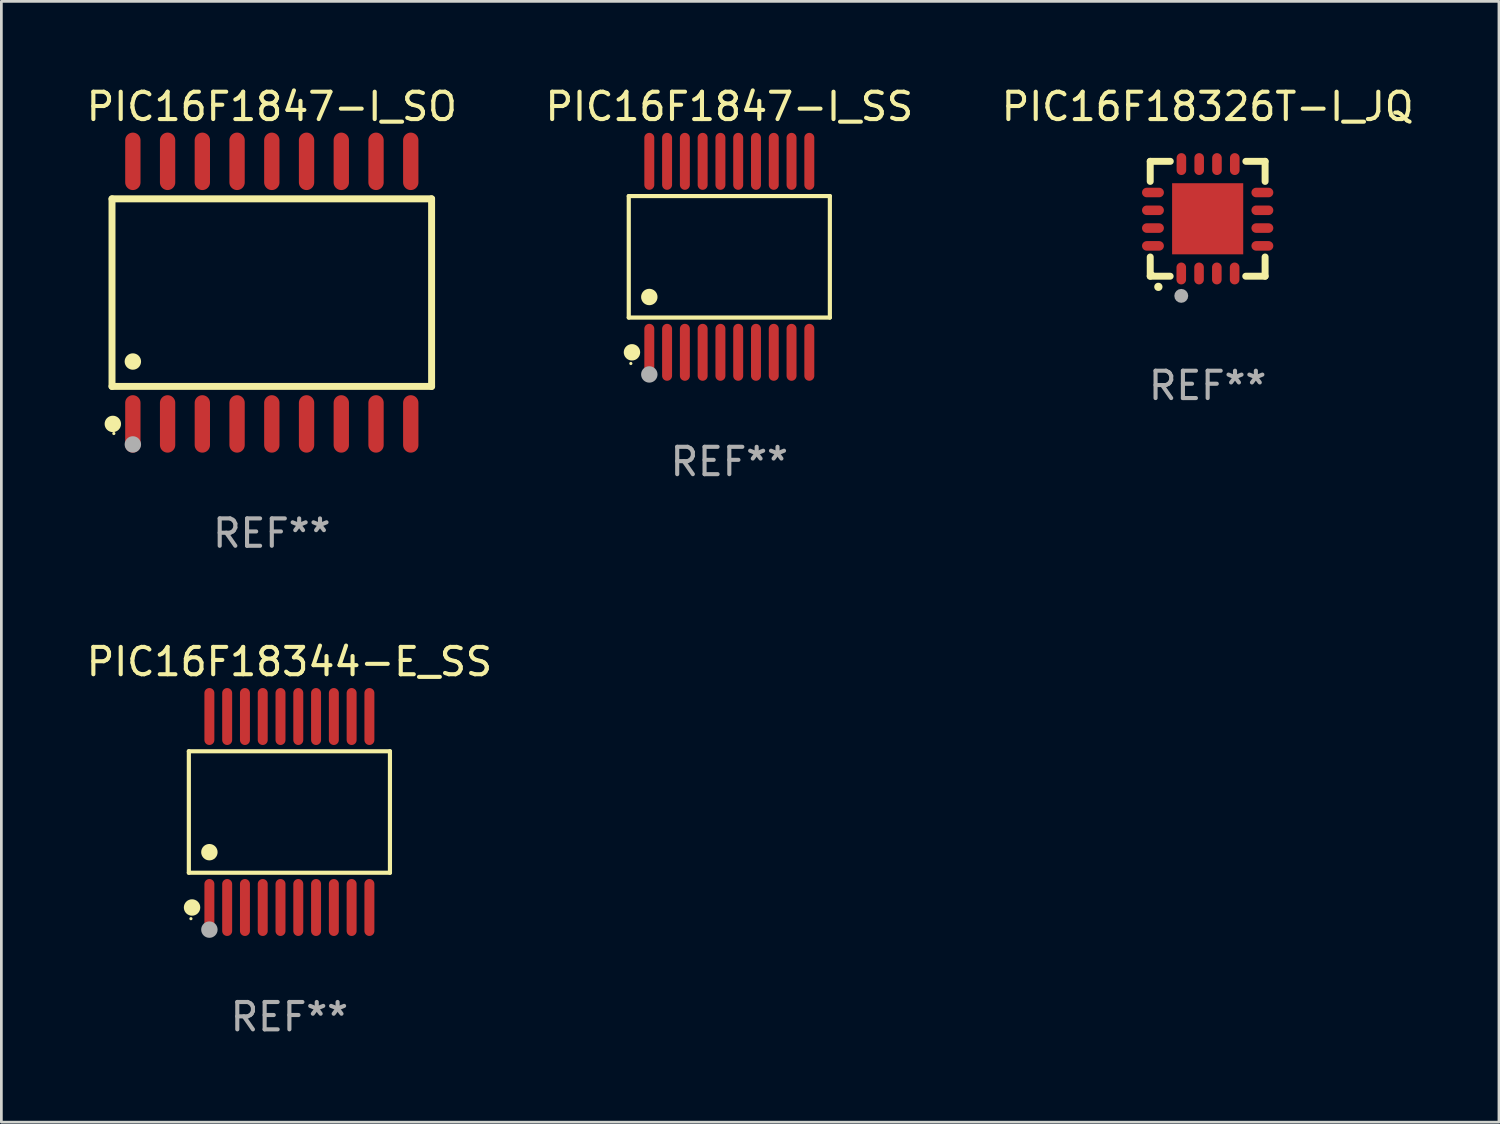
<source format=kicad_pcb>
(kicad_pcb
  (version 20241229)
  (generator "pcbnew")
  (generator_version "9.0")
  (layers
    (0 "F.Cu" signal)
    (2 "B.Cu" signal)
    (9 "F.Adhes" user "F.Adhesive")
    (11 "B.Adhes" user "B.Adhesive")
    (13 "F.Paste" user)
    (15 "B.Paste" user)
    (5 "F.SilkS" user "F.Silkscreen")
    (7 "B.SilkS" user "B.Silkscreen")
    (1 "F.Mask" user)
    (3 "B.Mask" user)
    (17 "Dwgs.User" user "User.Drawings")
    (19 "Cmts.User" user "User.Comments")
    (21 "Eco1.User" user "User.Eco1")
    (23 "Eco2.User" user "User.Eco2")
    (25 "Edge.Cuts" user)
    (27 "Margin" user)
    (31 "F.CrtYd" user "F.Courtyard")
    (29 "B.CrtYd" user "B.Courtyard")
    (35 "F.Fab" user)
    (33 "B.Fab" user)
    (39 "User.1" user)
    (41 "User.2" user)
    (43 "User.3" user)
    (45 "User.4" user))
  (footprint "PIC16F1847-I_SO"
    (layer "F.Cu")
    (at 6.887 7.648)
    (property "Reference" "PIC16F1847-I_SO" (at 0 -6.8 0) (layer "F.SilkS") (effects (font (size 1 1) (thickness 0.15))))
    (attr through_hole)
    (fp_line (start -5.842 -3.429) (end -5.842 3.429) (stroke (width 0.254) (type solid)) (layer "F.SilkS"))
    (fp_line (start -5.842 3.429) (end 5.842 3.429) (stroke (width 0.254) (type solid)) (layer "F.SilkS"))
    (fp_line (start 5.842 -3.429) (end -5.842 -3.429) (stroke (width 0.254) (type solid)) (layer "F.SilkS"))
    (fp_line (start 5.842 3.429) (end 5.842 -3.429) (stroke (width 0.254) (type solid)) (layer "F.SilkS"))
    (fp_circle (center -5.812 4.8) (end -5.662 4.8) (stroke (width 0.3) (type solid)) (fill no) (layer "F.SilkS"))
    (fp_circle (center -5.775 5.15) (end -5.745 5.15) (stroke (width 0.06) (type solid)) (fill no) (layer "F.SilkS"))
    (fp_circle (center -5.08 2.519) (end -4.93 2.519) (stroke (width 0.3) (type solid)) (fill no) (layer "F.SilkS"))
    (fp_circle (center -5.08 5.55) (end -4.93 5.55) (stroke (width 0.3) (type solid)) (fill no) (layer "F.Fab"))
    (fp_text user "REF**" (at 0 8.8 0) (layer "F.Fab") (effects (font (size 1 1) (thickness 0.15))))
    (pad "1" smd oval (at -5.08 4.8) (size 0.56 2.1) (layers "F.Cu" "F.Mask" "F.Paste"))
    (pad "2" smd oval (at -3.81 4.8) (size 0.56 2.1) (layers "F.Cu" "F.Mask" "F.Paste"))
    (pad "3" smd oval (at -2.54 4.8) (size 0.56 2.1) (layers "F.Cu" "F.Mask" "F.Paste"))
    (pad "4" smd oval (at -1.27 4.8) (size 0.56 2.1) (layers "F.Cu" "F.Mask" "F.Paste"))
    (pad "5" smd oval (at 0 4.8) (size 0.56 2.1) (layers "F.Cu" "F.Mask" "F.Paste"))
    (pad "6" smd oval (at 1.27 4.8) (size 0.56 2.1) (layers "F.Cu" "F.Mask" "F.Paste"))
    (pad "7" smd oval (at 2.54 4.8) (size 0.56 2.1) (layers "F.Cu" "F.Mask" "F.Paste"))
    (pad "8" smd oval (at 3.81 4.8) (size 0.56 2.1) (layers "F.Cu" "F.Mask" "F.Paste"))
    (pad "9" smd oval (at 5.08 4.8) (size 0.56 2.1) (layers "F.Cu" "F.Mask" "F.Paste"))
    (pad "10" smd oval (at 5.08 -4.8) (size 0.56 2.1) (layers "F.Cu" "F.Mask" "F.Paste"))
    (pad "11" smd oval (at 3.81 -4.8) (size 0.56 2.1) (layers "F.Cu" "F.Mask" "F.Paste"))
    (pad "12" smd oval (at 2.54 -4.8) (size 0.56 2.1) (layers "F.Cu" "F.Mask" "F.Paste"))
    (pad "13" smd oval (at 1.27 -4.8) (size 0.56 2.1) (layers "F.Cu" "F.Mask" "F.Paste"))
    (pad "14" smd oval (at 0 -4.8) (size 0.56 2.1) (layers "F.Cu" "F.Mask" "F.Paste"))
    (pad "15" smd oval (at -1.27 -4.8) (size 0.56 2.1) (layers "F.Cu" "F.Mask" "F.Paste"))
    (pad "16" smd oval (at -2.54 -4.8) (size 0.56 2.1) (layers "F.Cu" "F.Mask" "F.Paste"))
    (pad "17" smd oval (at -3.81 -4.8) (size 0.56 2.1) (layers "F.Cu" "F.Mask" "F.Paste"))
    (pad "18" smd oval (at -5.08 -4.8) (size 0.56 2.1) (layers "F.Cu" "F.Mask" "F.Paste")))
  (footprint "PIC16F18326T-I_JQ"
    (layer "F.Cu")
    (at 41.101 4.948)
    (property "Reference" "PIC16F18326T-I_JQ" (at 0 -4.1 0) (layer "F.SilkS") (effects (font (size 1 1) (thickness 0.15))))
    (attr through_hole)
    (fp_line (start -2.1 -2.1) (end -1.366 -2.1) (stroke (width 0.254) (type solid)) (layer "F.SilkS"))
    (fp_line (start -2.1 -1.366) (end -2.1 -2.1) (stroke (width 0.254) (type solid)) (layer "F.SilkS"))
    (fp_line (start -2.1 2.1) (end -2.1 1.397) (stroke (width 0.254) (type solid)) (layer "F.SilkS"))
    (fp_line (start -2.1 2.1) (end -1.371 2.1) (stroke (width 0.254) (type solid)) (layer "F.SilkS"))
    (fp_line (start 1.392 2.1) (end 2.1 2.1) (stroke (width 0.254) (type solid)) (layer "F.SilkS"))
    (fp_line (start 1.397 -2.1) (end 2.1 -2.1) (stroke (width 0.254) (type solid)) (layer "F.SilkS"))
    (fp_line (start 2.1 -1.366) (end 2.1 -2.1) (stroke (width 0.254) (type solid)) (layer "F.SilkS"))
    (fp_line (start 2.1 2.1) (end 2.1 1.397) (stroke (width 0.254) (type solid)) (layer "F.SilkS"))
    (fp_arc (start -1.803404 2.489205) (mid -1.802134 2.4892) (end -1.800864 2.489205) (stroke (width 0.3) (type solid)) (layer "F.SilkS"))
    (fp_circle (center -2 2) (end -1.97 2) (stroke (width 0.06) (type solid)) (fill no) (layer "F.SilkS"))
    (fp_circle (center -0.965 2.819) (end -0.838 2.819) (stroke (width 0.254) (type solid)) (fill no) (layer "F.Fab"))
    (fp_text user "REF**" (at 0 6.1 0) (layer "F.Fab") (effects (font (size 1 1) (thickness 0.15))))
    (pad "1" smd oval (at -0.965 2) (size 0.35 0.8) (layers "F.Cu" "F.Mask" "F.Paste"))
    (pad "2" smd oval (at -0.315 2) (size 0.35 0.8) (layers "F.Cu" "F.Mask" "F.Paste"))
    (pad "3" smd oval (at 0.335 2) (size 0.35 0.8) (layers "F.Cu" "F.Mask" "F.Paste"))
    (pad "4" smd oval (at 0.986 2) (size 0.35 0.8) (layers "F.Cu" "F.Mask" "F.Paste"))
    (pad "5" smd oval (at 2 0.991 90) (size 0.35 0.8) (layers "F.Cu" "F.Mask" "F.Paste"))
    (pad "6" smd oval (at 2 0.34 90) (size 0.35 0.8) (layers "F.Cu" "F.Mask" "F.Paste"))
    (pad "7" smd oval (at 2 -0.31 90) (size 0.35 0.8) (layers "F.Cu" "F.Mask" "F.Paste"))
    (pad "8" smd oval (at 2 -0.96 90) (size 0.35 0.8) (layers "F.Cu" "F.Mask" "F.Paste"))
    (pad "9" smd oval (at 0.991 -2) (size 0.35 0.8) (layers "F.Cu" "F.Mask" "F.Paste"))
    (pad "10" smd oval (at 0.34 -2) (size 0.35 0.8) (layers "F.Cu" "F.Mask" "F.Paste"))
    (pad "11" smd oval (at -0.31 -2) (size 0.35 0.8) (layers "F.Cu" "F.Mask" "F.Paste"))
    (pad "12" smd oval (at -0.96 -2) (size 0.35 0.8) (layers "F.Cu" "F.Mask" "F.Paste"))
    (pad "13" smd oval (at -2 -0.96 90) (size 0.35 0.8) (layers "F.Cu" "F.Mask" "F.Paste"))
    (pad "14" smd oval (at -2 -0.31 90) (size 0.35 0.8) (layers "F.Cu" "F.Mask" "F.Paste"))
    (pad "15" smd oval (at -2 0.34 90) (size 0.35 0.8) (layers "F.Cu" "F.Mask" "F.Paste"))
    (pad "16" smd oval (at -2 0.991 90) (size 0.35 0.8) (layers "F.Cu" "F.Mask" "F.Paste"))
    (pad "17" smd rect (at 0 0 90) (size 2.6 2.6) (layers "F.Cu" "F.Mask" "F.Paste")))
  (footprint "PIC16F1847-I_SS"
    (layer "F.Cu")
    (at 23.613 6.339)
    (property "Reference" "PIC16F1847-I_SS" (at 0 -5.491 0) (layer "F.SilkS") (effects (font (size 1 1) (thickness 0.15))))
    (attr through_hole)
    (fp_line (start -3.676 -2.221) (end 3.676 -2.221) (stroke (width 0.152) (type solid)) (layer "F.SilkS"))
    (fp_line (start -3.676 2.221) (end -3.676 -2.221) (stroke (width 0.152) (type solid)) (layer "F.SilkS"))
    (fp_line (start 3.676 -2.221) (end 3.676 2.221) (stroke (width 0.152) (type solid)) (layer "F.SilkS"))
    (fp_line (start 3.676 2.221) (end -3.676 2.221) (stroke (width 0.152) (type solid)) (layer "F.SilkS"))
    (fp_circle (center -3.6 3.9) (end -3.57 3.9) (stroke (width 0.06) (type solid)) (fill no) (layer "F.SilkS"))
    (fp_circle (center -3.559 3.491) (end -3.409 3.491) (stroke (width 0.3) (type solid)) (fill no) (layer "F.SilkS"))
    (fp_circle (center -2.925 1.469) (end -2.775 1.469) (stroke (width 0.3) (type solid)) (fill no) (layer "F.SilkS"))
    (fp_circle (center -2.925 4.3) (end -2.775 4.3) (stroke (width 0.3) (type solid)) (fill no) (layer "F.Fab"))
    (fp_text user "REF**" (at 0 7.491 0) (layer "F.Fab") (effects (font (size 1 1) (thickness 0.15))))
    (pad "1" smd oval (at -2.925 3.491) (size 0.364 2.082) (layers "F.Cu" "F.Mask" "F.Paste"))
    (pad "2" smd oval (at -2.275 3.491) (size 0.364 2.082) (layers "F.Cu" "F.Mask" "F.Paste"))
    (pad "3" smd oval (at -1.625 3.491) (size 0.364 2.082) (layers "F.Cu" "F.Mask" "F.Paste"))
    (pad "4" smd oval (at -0.975 3.491) (size 0.364 2.082) (layers "F.Cu" "F.Mask" "F.Paste"))
    (pad "5" smd oval (at -0.325 3.491) (size 0.364 2.082) (layers "F.Cu" "F.Mask" "F.Paste"))
    (pad "6" smd oval (at 0.325 3.491) (size 0.364 2.082) (layers "F.Cu" "F.Mask" "F.Paste"))
    (pad "7" smd oval (at 0.975 3.491) (size 0.364 2.082) (layers "F.Cu" "F.Mask" "F.Paste"))
    (pad "8" smd oval (at 1.625 3.491) (size 0.364 2.082) (layers "F.Cu" "F.Mask" "F.Paste"))
    (pad "9" smd oval (at 2.275 3.491) (size 0.364 2.082) (layers "F.Cu" "F.Mask" "F.Paste"))
    (pad "10" smd oval (at 2.925 3.491) (size 0.364 2.082) (layers "F.Cu" "F.Mask" "F.Paste"))
    (pad "11" smd oval (at 2.925 -3.491) (size 0.364 2.082) (layers "F.Cu" "F.Mask" "F.Paste"))
    (pad "12" smd oval (at 2.275 -3.491) (size 0.364 2.082) (layers "F.Cu" "F.Mask" "F.Paste"))
    (pad "13" smd oval (at 1.625 -3.491) (size 0.364 2.082) (layers "F.Cu" "F.Mask" "F.Paste"))
    (pad "14" smd oval (at 0.975 -3.491) (size 0.364 2.082) (layers "F.Cu" "F.Mask" "F.Paste"))
    (pad "15" smd oval (at 0.325 -3.491) (size 0.364 2.082) (layers "F.Cu" "F.Mask" "F.Paste"))
    (pad "16" smd oval (at -0.325 -3.491) (size 0.364 2.082) (layers "F.Cu" "F.Mask" "F.Paste"))
    (pad "17" smd oval (at -0.975 -3.491) (size 0.364 2.082) (layers "F.Cu" "F.Mask" "F.Paste"))
    (pad "18" smd oval (at -1.625 -3.491) (size 0.364 2.082) (layers "F.Cu" "F.Mask" "F.Paste"))
    (pad "19" smd oval (at -2.275 -3.491) (size 0.364 2.082) (layers "F.Cu" "F.Mask" "F.Paste"))
    (pad "20" smd oval (at -2.925 -3.491) (size 0.364 2.082) (layers "F.Cu" "F.Mask" "F.Paste")))
  (footprint "PIC16F18344-E_SS"
    (layer "F.Cu")
    (at 7.53 26.636)
    (property "Reference" "PIC16F18344-E_SS" (at 0 -5.491 0) (layer "F.SilkS") (effects (font (size 1 1) (thickness 0.15))))
    (attr through_hole)
    (fp_line (start -3.676 -2.221) (end 3.676 -2.221) (stroke (width 0.152) (type solid)) (layer "F.SilkS"))
    (fp_line (start -3.676 2.221) (end -3.676 -2.221) (stroke (width 0.152) (type solid)) (layer "F.SilkS"))
    (fp_line (start 3.676 -2.221) (end 3.676 2.221) (stroke (width 0.152) (type solid)) (layer "F.SilkS"))
    (fp_line (start 3.676 2.221) (end -3.676 2.221) (stroke (width 0.152) (type solid)) (layer "F.SilkS"))
    (fp_circle (center -3.6 3.9) (end -3.57 3.9) (stroke (width 0.06) (type solid)) (fill no) (layer "F.SilkS"))
    (fp_circle (center -3.559 3.491) (end -3.409 3.491) (stroke (width 0.3) (type solid)) (fill no) (layer "F.SilkS"))
    (fp_circle (center -2.925 1.469) (end -2.775 1.469) (stroke (width 0.3) (type solid)) (fill no) (layer "F.SilkS"))
    (fp_circle (center -2.925 4.3) (end -2.775 4.3) (stroke (width 0.3) (type solid)) (fill no) (layer "F.Fab"))
    (fp_text user "REF**" (at 0 7.491 0) (layer "F.Fab") (effects (font (size 1 1) (thickness 0.15))))
    (pad "1" smd oval (at -2.925 3.491) (size 0.364 2.082) (layers "F.Cu" "F.Mask" "F.Paste"))
    (pad "2" smd oval (at -2.275 3.491) (size 0.364 2.082) (layers "F.Cu" "F.Mask" "F.Paste"))
    (pad "3" smd oval (at -1.625 3.491) (size 0.364 2.082) (layers "F.Cu" "F.Mask" "F.Paste"))
    (pad "4" smd oval (at -0.975 3.491) (size 0.364 2.082) (layers "F.Cu" "F.Mask" "F.Paste"))
    (pad "5" smd oval (at -0.325 3.491) (size 0.364 2.082) (layers "F.Cu" "F.Mask" "F.Paste"))
    (pad "6" smd oval (at 0.325 3.491) (size 0.364 2.082) (layers "F.Cu" "F.Mask" "F.Paste"))
    (pad "7" smd oval (at 0.975 3.491) (size 0.364 2.082) (layers "F.Cu" "F.Mask" "F.Paste"))
    (pad "8" smd oval (at 1.625 3.491) (size 0.364 2.082) (layers "F.Cu" "F.Mask" "F.Paste"))
    (pad "9" smd oval (at 2.275 3.491) (size 0.364 2.082) (layers "F.Cu" "F.Mask" "F.Paste"))
    (pad "10" smd oval (at 2.925 3.491) (size 0.364 2.082) (layers "F.Cu" "F.Mask" "F.Paste"))
    (pad "11" smd oval (at 2.925 -3.491) (size 0.364 2.082) (layers "F.Cu" "F.Mask" "F.Paste"))
    (pad "12" smd oval (at 2.275 -3.491) (size 0.364 2.082) (layers "F.Cu" "F.Mask" "F.Paste"))
    (pad "13" smd oval (at 1.625 -3.491) (size 0.364 2.082) (layers "F.Cu" "F.Mask" "F.Paste"))
    (pad "14" smd oval (at 0.975 -3.491) (size 0.364 2.082) (layers "F.Cu" "F.Mask" "F.Paste"))
    (pad "15" smd oval (at 0.325 -3.491) (size 0.364 2.082) (layers "F.Cu" "F.Mask" "F.Paste"))
    (pad "16" smd oval (at -0.325 -3.491) (size 0.364 2.082) (layers "F.Cu" "F.Mask" "F.Paste"))
    (pad "17" smd oval (at -0.975 -3.491) (size 0.364 2.082) (layers "F.Cu" "F.Mask" "F.Paste"))
    (pad "18" smd oval (at -1.625 -3.491) (size 0.364 2.082) (layers "F.Cu" "F.Mask" "F.Paste"))
    (pad "19" smd oval (at -2.275 -3.491) (size 0.364 2.082) (layers "F.Cu" "F.Mask" "F.Paste"))
    (pad "20" smd oval (at -2.925 -3.491) (size 0.364 2.082) (layers "F.Cu" "F.Mask" "F.Paste")))
  (gr_rect
    (start -3 -3)
    (end 51.75 37.975)
    (stroke (width 0.1) (type default))
    (fill no)
    (layer "Edge.Cuts")))
</source>
